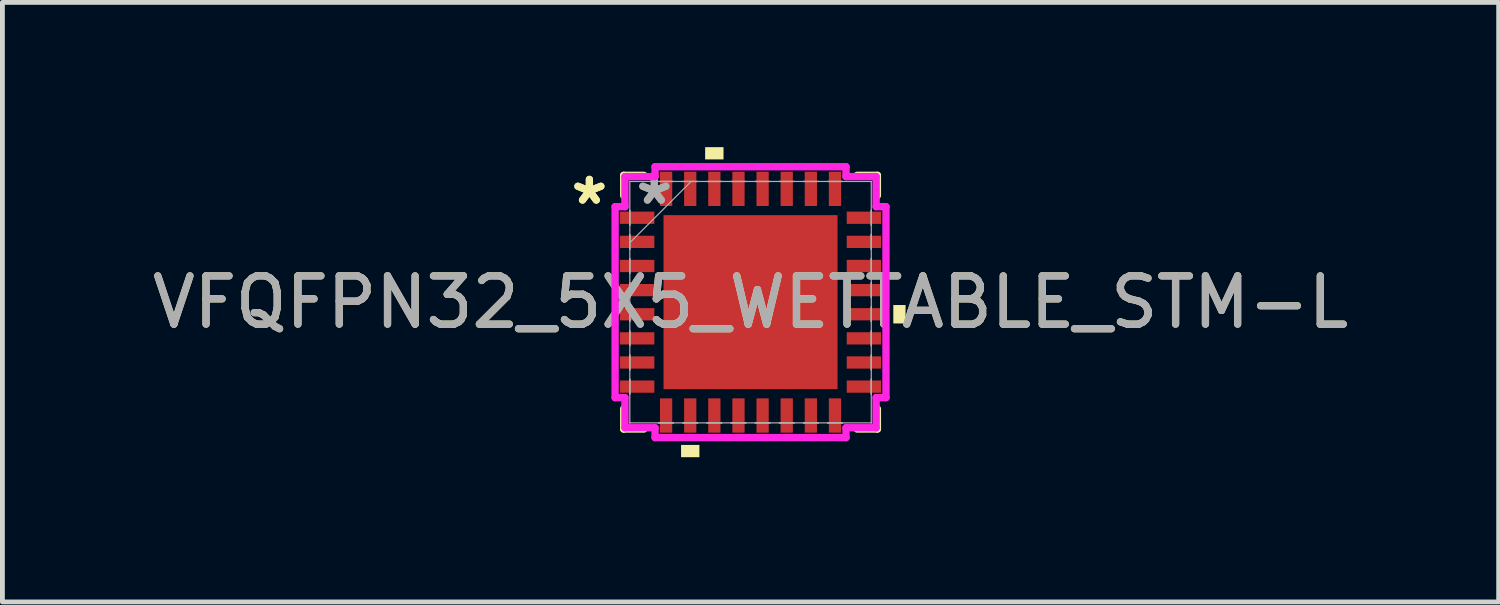
<source format=kicad_pcb>
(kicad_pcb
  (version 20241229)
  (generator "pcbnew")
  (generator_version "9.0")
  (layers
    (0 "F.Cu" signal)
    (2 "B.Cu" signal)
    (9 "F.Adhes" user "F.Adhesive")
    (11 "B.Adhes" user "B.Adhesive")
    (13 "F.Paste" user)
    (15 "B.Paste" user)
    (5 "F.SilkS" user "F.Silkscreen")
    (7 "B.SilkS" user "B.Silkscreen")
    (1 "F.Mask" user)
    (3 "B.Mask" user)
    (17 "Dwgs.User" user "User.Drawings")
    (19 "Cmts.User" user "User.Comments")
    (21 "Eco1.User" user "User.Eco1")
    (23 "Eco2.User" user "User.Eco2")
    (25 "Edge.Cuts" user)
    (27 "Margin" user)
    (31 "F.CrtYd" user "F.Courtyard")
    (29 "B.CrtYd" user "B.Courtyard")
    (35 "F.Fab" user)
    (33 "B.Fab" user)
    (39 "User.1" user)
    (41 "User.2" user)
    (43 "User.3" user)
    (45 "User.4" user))
  (footprint "VFQFPN32_5X5_WETTABLE_STM-L"
    (layer "F.Cu")
    (at 12.506 3.213)
    (property "Reference" "VFQFPN32_5X5_WETTABLE_STM-L" (at 0 0 0) (unlocked yes) (layer "F.SilkS") (effects (font (size 1 1) (thickness 0.15))))
    (attr smd)
    (fp_line (start -2.629 -2.629) (end -2.629 -2.21) (stroke (width 0.152) (type solid)) (layer "F.SilkS"))
    (fp_line (start -2.629 2.21) (end -2.629 2.629) (stroke (width 0.152) (type solid)) (layer "F.SilkS"))
    (fp_line (start -2.629 2.629) (end -2.21 2.629) (stroke (width 0.152) (type solid)) (layer "F.SilkS"))
    (fp_line (start -2.21 -2.629) (end -2.629 -2.629) (stroke (width 0.152) (type solid)) (layer "F.SilkS"))
    (fp_line (start 2.21 2.629) (end 2.629 2.629) (stroke (width 0.152) (type solid)) (layer "F.SilkS"))
    (fp_line (start 2.629 -2.629) (end 2.21 -2.629) (stroke (width 0.152) (type solid)) (layer "F.SilkS"))
    (fp_line (start 2.629 -2.21) (end 2.629 -2.629) (stroke (width 0.152) (type solid)) (layer "F.SilkS"))
    (fp_line (start 2.629 2.629) (end 2.629 2.21) (stroke (width 0.152) (type solid)) (layer "F.SilkS"))
    (fp_poly (pts (xy -1.44 2.959) (xy -1.44 3.213) (xy -1.06 3.213) (xy -1.06 2.959)) (stroke (width 0) (type solid)) (fill yes) (layer "F.SilkS"))
    (fp_poly (pts (xy -0.941 -2.959) (xy -0.941 -3.213) (xy -0.56 -3.213) (xy -0.56 -2.959)) (stroke (width 0) (type solid)) (fill yes) (layer "F.SilkS"))
    (fp_poly (pts (xy 3.213 0.059) (xy 3.213 0.441) (xy 2.959 0.441) (xy 2.959 0.059)) (stroke (width 0) (type solid)) (fill yes) (layer "F.SilkS"))
    (fp_poly (pts (xy -1.703 -1.703) (xy -1.703 -0.1) (xy -0.1 -0.1) (xy -0.1 -1.703)) (stroke (width 0) (type solid)) (fill yes) (layer "F.Paste"))
    (fp_poly (pts (xy -1.703 0.1) (xy -1.703 1.703) (xy -0.1 1.703) (xy -0.1 0.1)) (stroke (width 0) (type solid)) (fill yes) (layer "F.Paste"))
    (fp_poly (pts (xy 0.1 -1.703) (xy 0.1 -0.1) (xy 1.703 -0.1) (xy 1.703 -1.703)) (stroke (width 0) (type solid)) (fill yes) (layer "F.Paste"))
    (fp_poly (pts (xy 0.1 0.1) (xy 0.1 1.703) (xy 1.703 1.703) (xy 1.703 0.1)) (stroke (width 0) (type solid)) (fill yes) (layer "F.Paste"))
    (fp_line (start -2.807 -1.979) (end -2.603 -1.979) (stroke (width 0.152) (type solid)) (layer "F.CrtYd"))
    (fp_line (start -2.807 1.979) (end -2.807 -1.979) (stroke (width 0.152) (type solid)) (layer "F.CrtYd"))
    (fp_line (start -2.603 -2.603) (end -1.979 -2.603) (stroke (width 0.152) (type solid)) (layer "F.CrtYd"))
    (fp_line (start -2.603 -1.979) (end -2.603 -2.603) (stroke (width 0.152) (type solid)) (layer "F.CrtYd"))
    (fp_line (start -2.603 1.979) (end -2.807 1.979) (stroke (width 0.152) (type solid)) (layer "F.CrtYd"))
    (fp_line (start -2.603 2.603) (end -2.603 1.979) (stroke (width 0.152) (type solid)) (layer "F.CrtYd"))
    (fp_line (start -1.979 -2.807) (end 1.979 -2.807) (stroke (width 0.152) (type solid)) (layer "F.CrtYd"))
    (fp_line (start -1.979 -2.603) (end -1.979 -2.807) (stroke (width 0.152) (type solid)) (layer "F.CrtYd"))
    (fp_line (start -1.979 2.603) (end -2.603 2.603) (stroke (width 0.152) (type solid)) (layer "F.CrtYd"))
    (fp_line (start -1.979 2.807) (end -1.979 2.603) (stroke (width 0.152) (type solid)) (layer "F.CrtYd"))
    (fp_line (start 1.979 -2.807) (end 1.979 -2.603) (stroke (width 0.152) (type solid)) (layer "F.CrtYd"))
    (fp_line (start 1.979 -2.603) (end 2.603 -2.603) (stroke (width 0.152) (type solid)) (layer "F.CrtYd"))
    (fp_line (start 1.979 2.603) (end 1.979 2.807) (stroke (width 0.152) (type solid)) (layer "F.CrtYd"))
    (fp_line (start 1.979 2.807) (end -1.979 2.807) (stroke (width 0.152) (type solid)) (layer "F.CrtYd"))
    (fp_line (start 2.603 -2.603) (end 2.603 -1.979) (stroke (width 0.152) (type solid)) (layer "F.CrtYd"))
    (fp_line (start 2.603 -1.979) (end 2.807 -1.979) (stroke (width 0.152) (type solid)) (layer "F.CrtYd"))
    (fp_line (start 2.603 1.979) (end 2.603 2.603) (stroke (width 0.152) (type solid)) (layer "F.CrtYd"))
    (fp_line (start 2.603 2.603) (end 1.979 2.603) (stroke (width 0.152) (type solid)) (layer "F.CrtYd"))
    (fp_line (start 2.807 -1.979) (end 2.807 1.979) (stroke (width 0.152) (type solid)) (layer "F.CrtYd"))
    (fp_line (start 2.807 1.979) (end 2.603 1.979) (stroke (width 0.152) (type solid)) (layer "F.CrtYd"))
    (fp_line (start -2.502 -2.502) (end -2.502 -2.502) (stroke (width 0.025) (type solid)) (layer "F.Fab"))
    (fp_line (start -2.502 -2.502) (end -2.502 2.502) (stroke (width 0.025) (type solid)) (layer "F.Fab"))
    (fp_line (start -2.502 -1.902) (end -2.502 -1.902) (stroke (width 0.025) (type solid)) (layer "F.Fab"))
    (fp_line (start -2.502 -1.902) (end -2.502 -1.598) (stroke (width 0.025) (type solid)) (layer "F.Fab"))
    (fp_line (start -2.502 -1.598) (end -2.502 -1.902) (stroke (width 0.025) (type solid)) (layer "F.Fab"))
    (fp_line (start -2.502 -1.598) (end -2.502 -1.598) (stroke (width 0.025) (type solid)) (layer "F.Fab"))
    (fp_line (start -2.502 -1.402) (end -2.502 -1.402) (stroke (width 0.025) (type solid)) (layer "F.Fab"))
    (fp_line (start -2.502 -1.402) (end -2.502 -1.098) (stroke (width 0.025) (type solid)) (layer "F.Fab"))
    (fp_line (start -2.502 -1.232) (end -1.232 -2.502) (stroke (width 0.025) (type solid)) (layer "F.Fab"))
    (fp_line (start -2.502 -1.098) (end -2.502 -1.402) (stroke (width 0.025) (type solid)) (layer "F.Fab"))
    (fp_line (start -2.502 -1.098) (end -2.502 -1.098) (stroke (width 0.025) (type solid)) (layer "F.Fab"))
    (fp_line (start -2.502 -0.902) (end -2.502 -0.902) (stroke (width 0.025) (type solid)) (layer "F.Fab"))
    (fp_line (start -2.502 -0.902) (end -2.502 -0.598) (stroke (width 0.025) (type solid)) (layer "F.Fab"))
    (fp_line (start -2.502 -0.598) (end -2.502 -0.902) (stroke (width 0.025) (type solid)) (layer "F.Fab"))
    (fp_line (start -2.502 -0.598) (end -2.502 -0.598) (stroke (width 0.025) (type solid)) (layer "F.Fab"))
    (fp_line (start -2.502 -0.402) (end -2.502 -0.402) (stroke (width 0.025) (type solid)) (layer "F.Fab"))
    (fp_line (start -2.502 -0.402) (end -2.502 -0.098) (stroke (width 0.025) (type solid)) (layer "F.Fab"))
    (fp_line (start -2.502 -0.098) (end -2.502 -0.402) (stroke (width 0.025) (type solid)) (layer "F.Fab"))
    (fp_line (start -2.502 -0.098) (end -2.502 -0.098) (stroke (width 0.025) (type solid)) (layer "F.Fab"))
    (fp_line (start -2.502 0.098) (end -2.502 0.098) (stroke (width 0.025) (type solid)) (layer "F.Fab"))
    (fp_line (start -2.502 0.098) (end -2.502 0.402) (stroke (width 0.025) (type solid)) (layer "F.Fab"))
    (fp_line (start -2.502 0.402) (end -2.502 0.098) (stroke (width 0.025) (type solid)) (layer "F.Fab"))
    (fp_line (start -2.502 0.402) (end -2.502 0.402) (stroke (width 0.025) (type solid)) (layer "F.Fab"))
    (fp_line (start -2.502 0.598) (end -2.502 0.598) (stroke (width 0.025) (type solid)) (layer "F.Fab"))
    (fp_line (start -2.502 0.598) (end -2.502 0.902) (stroke (width 0.025) (type solid)) (layer "F.Fab"))
    (fp_line (start -2.502 0.902) (end -2.502 0.598) (stroke (width 0.025) (type solid)) (layer "F.Fab"))
    (fp_line (start -2.502 0.902) (end -2.502 0.902) (stroke (width 0.025) (type solid)) (layer "F.Fab"))
    (fp_line (start -2.502 1.098) (end -2.502 1.098) (stroke (width 0.025) (type solid)) (layer "F.Fab"))
    (fp_line (start -2.502 1.098) (end -2.502 1.402) (stroke (width 0.025) (type solid)) (layer "F.Fab"))
    (fp_line (start -2.502 1.402) (end -2.502 1.098) (stroke (width 0.025) (type solid)) (layer "F.Fab"))
    (fp_line (start -2.502 1.402) (end -2.502 1.402) (stroke (width 0.025) (type solid)) (layer "F.Fab"))
    (fp_line (start -2.502 1.598) (end -2.502 1.598) (stroke (width 0.025) (type solid)) (layer "F.Fab"))
    (fp_line (start -2.502 1.598) (end -2.502 1.902) (stroke (width 0.025) (type solid)) (layer "F.Fab"))
    (fp_line (start -2.502 1.902) (end -2.502 1.598) (stroke (width 0.025) (type solid)) (layer "F.Fab"))
    (fp_line (start -2.502 1.902) (end -2.502 1.902) (stroke (width 0.025) (type solid)) (layer "F.Fab"))
    (fp_line (start -2.502 2.502) (end -2.502 2.502) (stroke (width 0.025) (type solid)) (layer "F.Fab"))
    (fp_line (start -2.502 2.502) (end 2.502 2.502) (stroke (width 0.025) (type solid)) (layer "F.Fab"))
    (fp_line (start -1.902 -2.502) (end -1.902 -2.502) (stroke (width 0.025) (type solid)) (layer "F.Fab"))
    (fp_line (start -1.902 -2.502) (end -1.598 -2.502) (stroke (width 0.025) (type solid)) (layer "F.Fab"))
    (fp_line (start -1.902 2.502) (end -1.902 2.502) (stroke (width 0.025) (type solid)) (layer "F.Fab"))
    (fp_line (start -1.902 2.502) (end -1.598 2.502) (stroke (width 0.025) (type solid)) (layer "F.Fab"))
    (fp_line (start -1.598 -2.502) (end -1.902 -2.502) (stroke (width 0.025) (type solid)) (layer "F.Fab"))
    (fp_line (start -1.598 -2.502) (end -1.598 -2.502) (stroke (width 0.025) (type solid)) (layer "F.Fab"))
    (fp_line (start -1.598 2.502) (end -1.902 2.502) (stroke (width 0.025) (type solid)) (layer "F.Fab"))
    (fp_line (start -1.598 2.502) (end -1.598 2.502) (stroke (width 0.025) (type solid)) (layer "F.Fab"))
    (fp_line (start -1.402 -2.502) (end -1.402 -2.502) (stroke (width 0.025) (type solid)) (layer "F.Fab"))
    (fp_line (start -1.402 -2.502) (end -1.098 -2.502) (stroke (width 0.025) (type solid)) (layer "F.Fab"))
    (fp_line (start -1.402 2.502) (end -1.402 2.502) (stroke (width 0.025) (type solid)) (layer "F.Fab"))
    (fp_line (start -1.402 2.502) (end -1.098 2.502) (stroke (width 0.025) (type solid)) (layer "F.Fab"))
    (fp_line (start -1.098 -2.502) (end -1.402 -2.502) (stroke (width 0.025) (type solid)) (layer "F.Fab"))
    (fp_line (start -1.098 -2.502) (end -1.098 -2.502) (stroke (width 0.025) (type solid)) (layer "F.Fab"))
    (fp_line (start -1.098 2.502) (end -1.402 2.502) (stroke (width 0.025) (type solid)) (layer "F.Fab"))
    (fp_line (start -1.098 2.502) (end -1.098 2.502) (stroke (width 0.025) (type solid)) (layer "F.Fab"))
    (fp_line (start -0.902 -2.502) (end -0.902 -2.502) (stroke (width 0.025) (type solid)) (layer "F.Fab"))
    (fp_line (start -0.902 -2.502) (end -0.598 -2.502) (stroke (width 0.025) (type solid)) (layer "F.Fab"))
    (fp_line (start -0.902 2.502) (end -0.902 2.502) (stroke (width 0.025) (type solid)) (layer "F.Fab"))
    (fp_line (start -0.902 2.502) (end -0.598 2.502) (stroke (width 0.025) (type solid)) (layer "F.Fab"))
    (fp_line (start -0.598 -2.502) (end -0.902 -2.502) (stroke (width 0.025) (type solid)) (layer "F.Fab"))
    (fp_line (start -0.598 -2.502) (end -0.598 -2.502) (stroke (width 0.025) (type solid)) (layer "F.Fab"))
    (fp_line (start -0.598 2.502) (end -0.902 2.502) (stroke (width 0.025) (type solid)) (layer "F.Fab"))
    (fp_line (start -0.598 2.502) (end -0.598 2.502) (stroke (width 0.025) (type solid)) (layer "F.Fab"))
    (fp_line (start -0.402 -2.502) (end -0.402 -2.502) (stroke (width 0.025) (type solid)) (layer "F.Fab"))
    (fp_line (start -0.402 -2.502) (end -0.098 -2.502) (stroke (width 0.025) (type solid)) (layer "F.Fab"))
    (fp_line (start -0.402 2.502) (end -0.402 2.502) (stroke (width 0.025) (type solid)) (layer "F.Fab"))
    (fp_line (start -0.402 2.502) (end -0.098 2.502) (stroke (width 0.025) (type solid)) (layer "F.Fab"))
    (fp_line (start -0.098 -2.502) (end -0.402 -2.502) (stroke (width 0.025) (type solid)) (layer "F.Fab"))
    (fp_line (start -0.098 -2.502) (end -0.098 -2.502) (stroke (width 0.025) (type solid)) (layer "F.Fab"))
    (fp_line (start -0.098 2.502) (end -0.402 2.502) (stroke (width 0.025) (type solid)) (layer "F.Fab"))
    (fp_line (start -0.098 2.502) (end -0.098 2.502) (stroke (width 0.025) (type solid)) (layer "F.Fab"))
    (fp_line (start 0.098 -2.502) (end 0.098 -2.502) (stroke (width 0.025) (type solid)) (layer "F.Fab"))
    (fp_line (start 0.098 -2.502) (end 0.402 -2.502) (stroke (width 0.025) (type solid)) (layer "F.Fab"))
    (fp_line (start 0.098 2.502) (end 0.098 2.502) (stroke (width 0.025) (type solid)) (layer "F.Fab"))
    (fp_line (start 0.098 2.502) (end 0.402 2.502) (stroke (width 0.025) (type solid)) (layer "F.Fab"))
    (fp_line (start 0.402 -2.502) (end 0.098 -2.502) (stroke (width 0.025) (type solid)) (layer "F.Fab"))
    (fp_line (start 0.402 -2.502) (end 0.402 -2.502) (stroke (width 0.025) (type solid)) (layer "F.Fab"))
    (fp_line (start 0.402 2.502) (end 0.098 2.502) (stroke (width 0.025) (type solid)) (layer "F.Fab"))
    (fp_line (start 0.402 2.502) (end 0.402 2.502) (stroke (width 0.025) (type solid)) (layer "F.Fab"))
    (fp_line (start 0.598 -2.502) (end 0.598 -2.502) (stroke (width 0.025) (type solid)) (layer "F.Fab"))
    (fp_line (start 0.598 -2.502) (end 0.902 -2.502) (stroke (width 0.025) (type solid)) (layer "F.Fab"))
    (fp_line (start 0.598 2.502) (end 0.598 2.502) (stroke (width 0.025) (type solid)) (layer "F.Fab"))
    (fp_line (start 0.598 2.502) (end 0.902 2.502) (stroke (width 0.025) (type solid)) (layer "F.Fab"))
    (fp_line (start 0.902 -2.502) (end 0.598 -2.502) (stroke (width 0.025) (type solid)) (layer "F.Fab"))
    (fp_line (start 0.902 -2.502) (end 0.902 -2.502) (stroke (width 0.025) (type solid)) (layer "F.Fab"))
    (fp_line (start 0.902 2.502) (end 0.598 2.502) (stroke (width 0.025) (type solid)) (layer "F.Fab"))
    (fp_line (start 0.902 2.502) (end 0.902 2.502) (stroke (width 0.025) (type solid)) (layer "F.Fab"))
    (fp_line (start 1.098 -2.502) (end 1.098 -2.502) (stroke (width 0.025) (type solid)) (layer "F.Fab"))
    (fp_line (start 1.098 -2.502) (end 1.402 -2.502) (stroke (width 0.025) (type solid)) (layer "F.Fab"))
    (fp_line (start 1.098 2.502) (end 1.098 2.502) (stroke (width 0.025) (type solid)) (layer "F.Fab"))
    (fp_line (start 1.098 2.502) (end 1.402 2.502) (stroke (width 0.025) (type solid)) (layer "F.Fab"))
    (fp_line (start 1.402 -2.502) (end 1.098 -2.502) (stroke (width 0.025) (type solid)) (layer "F.Fab"))
    (fp_line (start 1.402 -2.502) (end 1.402 -2.502) (stroke (width 0.025) (type solid)) (layer "F.Fab"))
    (fp_line (start 1.402 2.502) (end 1.098 2.502) (stroke (width 0.025) (type solid)) (layer "F.Fab"))
    (fp_line (start 1.402 2.502) (end 1.402 2.502) (stroke (width 0.025) (type solid)) (layer "F.Fab"))
    (fp_line (start 1.598 -2.502) (end 1.598 -2.502) (stroke (width 0.025) (type solid)) (layer "F.Fab"))
    (fp_line (start 1.598 -2.502) (end 1.902 -2.502) (stroke (width 0.025) (type solid)) (layer "F.Fab"))
    (fp_line (start 1.598 2.502) (end 1.598 2.502) (stroke (width 0.025) (type solid)) (layer "F.Fab"))
    (fp_line (start 1.598 2.502) (end 1.902 2.502) (stroke (width 0.025) (type solid)) (layer "F.Fab"))
    (fp_line (start 1.902 -2.502) (end 1.598 -2.502) (stroke (width 0.025) (type solid)) (layer "F.Fab"))
    (fp_line (start 1.902 -2.502) (end 1.902 -2.502) (stroke (width 0.025) (type solid)) (layer "F.Fab"))
    (fp_line (start 1.902 2.502) (end 1.598 2.502) (stroke (width 0.025) (type solid)) (layer "F.Fab"))
    (fp_line (start 1.902 2.502) (end 1.902 2.502) (stroke (width 0.025) (type solid)) (layer "F.Fab"))
    (fp_line (start 2.502 -2.502) (end -2.502 -2.502) (stroke (width 0.025) (type solid)) (layer "F.Fab"))
    (fp_line (start 2.502 -2.502) (end 2.502 -2.502) (stroke (width 0.025) (type solid)) (layer "F.Fab"))
    (fp_line (start 2.502 -1.902) (end 2.502 -1.902) (stroke (width 0.025) (type solid)) (layer "F.Fab"))
    (fp_line (start 2.502 -1.902) (end 2.502 -1.598) (stroke (width 0.025) (type solid)) (layer "F.Fab"))
    (fp_line (start 2.502 -1.598) (end 2.502 -1.902) (stroke (width 0.025) (type solid)) (layer "F.Fab"))
    (fp_line (start 2.502 -1.598) (end 2.502 -1.598) (stroke (width 0.025) (type solid)) (layer "F.Fab"))
    (fp_line (start 2.502 -1.402) (end 2.502 -1.402) (stroke (width 0.025) (type solid)) (layer "F.Fab"))
    (fp_line (start 2.502 -1.402) (end 2.502 -1.098) (stroke (width 0.025) (type solid)) (layer "F.Fab"))
    (fp_line (start 2.502 -1.098) (end 2.502 -1.402) (stroke (width 0.025) (type solid)) (layer "F.Fab"))
    (fp_line (start 2.502 -1.098) (end 2.502 -1.098) (stroke (width 0.025) (type solid)) (layer "F.Fab"))
    (fp_line (start 2.502 -0.902) (end 2.502 -0.902) (stroke (width 0.025) (type solid)) (layer "F.Fab"))
    (fp_line (start 2.502 -0.902) (end 2.502 -0.598) (stroke (width 0.025) (type solid)) (layer "F.Fab"))
    (fp_line (start 2.502 -0.598) (end 2.502 -0.902) (stroke (width 0.025) (type solid)) (layer "F.Fab"))
    (fp_line (start 2.502 -0.598) (end 2.502 -0.598) (stroke (width 0.025) (type solid)) (layer "F.Fab"))
    (fp_line (start 2.502 -0.402) (end 2.502 -0.402) (stroke (width 0.025) (type solid)) (layer "F.Fab"))
    (fp_line (start 2.502 -0.402) (end 2.502 -0.098) (stroke (width 0.025) (type solid)) (layer "F.Fab"))
    (fp_line (start 2.502 -0.098) (end 2.502 -0.402) (stroke (width 0.025) (type solid)) (layer "F.Fab"))
    (fp_line (start 2.502 -0.098) (end 2.502 -0.098) (stroke (width 0.025) (type solid)) (layer "F.Fab"))
    (fp_line (start 2.502 0.098) (end 2.502 0.098) (stroke (width 0.025) (type solid)) (layer "F.Fab"))
    (fp_line (start 2.502 0.098) (end 2.502 0.402) (stroke (width 0.025) (type solid)) (layer "F.Fab"))
    (fp_line (start 2.502 0.402) (end 2.502 0.098) (stroke (width 0.025) (type solid)) (layer "F.Fab"))
    (fp_line (start 2.502 0.402) (end 2.502 0.402) (stroke (width 0.025) (type solid)) (layer "F.Fab"))
    (fp_line (start 2.502 0.598) (end 2.502 0.598) (stroke (width 0.025) (type solid)) (layer "F.Fab"))
    (fp_line (start 2.502 0.598) (end 2.502 0.902) (stroke (width 0.025) (type solid)) (layer "F.Fab"))
    (fp_line (start 2.502 0.902) (end 2.502 0.598) (stroke (width 0.025) (type solid)) (layer "F.Fab"))
    (fp_line (start 2.502 0.902) (end 2.502 0.902) (stroke (width 0.025) (type solid)) (layer "F.Fab"))
    (fp_line (start 2.502 1.098) (end 2.502 1.098) (stroke (width 0.025) (type solid)) (layer "F.Fab"))
    (fp_line (start 2.502 1.098) (end 2.502 1.402) (stroke (width 0.025) (type solid)) (layer "F.Fab"))
    (fp_line (start 2.502 1.402) (end 2.502 1.098) (stroke (width 0.025) (type solid)) (layer "F.Fab"))
    (fp_line (start 2.502 1.402) (end 2.502 1.402) (stroke (width 0.025) (type solid)) (layer "F.Fab"))
    (fp_line (start 2.502 1.598) (end 2.502 1.598) (stroke (width 0.025) (type solid)) (layer "F.Fab"))
    (fp_line (start 2.502 1.598) (end 2.502 1.902) (stroke (width 0.025) (type solid)) (layer "F.Fab"))
    (fp_line (start 2.502 1.902) (end 2.502 1.598) (stroke (width 0.025) (type solid)) (layer "F.Fab"))
    (fp_line (start 2.502 1.902) (end 2.502 1.902) (stroke (width 0.025) (type solid)) (layer "F.Fab"))
    (fp_line (start 2.502 2.502) (end 2.502 -2.502) (stroke (width 0.025) (type solid)) (layer "F.Fab"))
    (fp_line (start 2.502 2.502) (end 2.502 2.502) (stroke (width 0.025) (type solid)) (layer "F.Fab"))
    (fp_text user "*" (at -3.34 -2 0) (layer "F.SilkS") (effects (font (size 1 1) (thickness 0.15))))
    (fp_text user "*" (at -3.34 -2 0) (unlocked yes) (layer "F.SilkS") (effects (font (size 1 1) (thickness 0.15))))
    (fp_text user "*" (at -1.994 -2 0) (layer "F.Fab") (effects (font (size 1 1) (thickness 0.15))))
    (fp_text user "*" (at -1.994 -2 0) (unlocked yes) (layer "F.Fab") (effects (font (size 1 1) (thickness 0.15))))
    (fp_text user "${REFERENCE}" (at 0 0 0) (unlocked yes) (layer "F.Fab") (effects (font (size 1 1) (thickness 0.15))))
    (pad "1" smd rect (at -2.349 -1.75 90) (size 0.254 0.711) (layers "F.Cu" "F.Mask" "F.Paste"))
    (pad "2" smd rect (at -2.349 -1.25 90) (size 0.254 0.711) (layers "F.Cu" "F.Mask" "F.Paste"))
    (pad "3" smd rect (at -2.349 -0.75 90) (size 0.254 0.711) (layers "F.Cu" "F.Mask" "F.Paste"))
    (pad "4" smd rect (at -2.349 -0.25 90) (size 0.254 0.711) (layers "F.Cu" "F.Mask" "F.Paste"))
    (pad "5" smd rect (at -2.349 0.25 90) (size 0.254 0.711) (layers "F.Cu" "F.Mask" "F.Paste"))
    (pad "6" smd rect (at -2.349 0.75 90) (size 0.254 0.711) (layers "F.Cu" "F.Mask" "F.Paste"))
    (pad "7" smd rect (at -2.349 1.25 90) (size 0.254 0.711) (layers "F.Cu" "F.Mask" "F.Paste"))
    (pad "8" smd rect (at -2.349 1.75 90) (size 0.254 0.711) (layers "F.Cu" "F.Mask" "F.Paste"))
    (pad "9" smd rect (at -1.75 2.349) (size 0.254 0.711) (layers "F.Cu" "F.Mask" "F.Paste"))
    (pad "10" smd rect (at -1.25 2.349) (size 0.254 0.711) (layers "F.Cu" "F.Mask" "F.Paste"))
    (pad "11" smd rect (at -0.75 2.349) (size 0.254 0.711) (layers "F.Cu" "F.Mask" "F.Paste"))
    (pad "12" smd rect (at -0.25 2.349) (size 0.254 0.711) (layers "F.Cu" "F.Mask" "F.Paste"))
    (pad "13" smd rect (at 0.25 2.349) (size 0.254 0.711) (layers "F.Cu" "F.Mask" "F.Paste"))
    (pad "14" smd rect (at 0.75 2.349) (size 0.254 0.711) (layers "F.Cu" "F.Mask" "F.Paste"))
    (pad "15" smd rect (at 1.25 2.349) (size 0.254 0.711) (layers "F.Cu" "F.Mask" "F.Paste"))
    (pad "16" smd rect (at 1.75 2.349) (size 0.254 0.711) (layers "F.Cu" "F.Mask" "F.Paste"))
    (pad "17" smd rect (at 2.349 1.75 90) (size 0.254 0.711) (layers "F.Cu" "F.Mask" "F.Paste"))
    (pad "18" smd rect (at 2.349 1.25 90) (size 0.254 0.711) (layers "F.Cu" "F.Mask" "F.Paste"))
    (pad "19" smd rect (at 2.349 0.75 90) (size 0.254 0.711) (layers "F.Cu" "F.Mask" "F.Paste"))
    (pad "20" smd rect (at 2.349 0.25 90) (size 0.254 0.711) (layers "F.Cu" "F.Mask" "F.Paste"))
    (pad "21" smd rect (at 2.349 -0.25 90) (size 0.254 0.711) (layers "F.Cu" "F.Mask" "F.Paste"))
    (pad "22" smd rect (at 2.349 -0.75 90) (size 0.254 0.711) (layers "F.Cu" "F.Mask" "F.Paste"))
    (pad "23" smd rect (at 2.349 -1.25 90) (size 0.254 0.711) (layers "F.Cu" "F.Mask" "F.Paste"))
    (pad "24" smd rect (at 2.349 -1.75 90) (size 0.254 0.711) (layers "F.Cu" "F.Mask" "F.Paste"))
    (pad "25" smd rect (at 1.75 -2.349) (size 0.254 0.711) (layers "F.Cu" "F.Mask" "F.Paste"))
    (pad "26" smd rect (at 1.25 -2.349) (size 0.254 0.711) (layers "F.Cu" "F.Mask" "F.Paste"))
    (pad "27" smd rect (at 0.75 -2.349) (size 0.254 0.711) (layers "F.Cu" "F.Mask" "F.Paste"))
    (pad "28" smd rect (at 0.25 -2.349) (size 0.254 0.711) (layers "F.Cu" "F.Mask" "F.Paste"))
    (pad "29" smd rect (at -0.25 -2.349) (size 0.254 0.711) (layers "F.Cu" "F.Mask" "F.Paste"))
    (pad "30" smd rect (at -0.75 -2.349) (size 0.254 0.711) (layers "F.Cu" "F.Mask" "F.Paste"))
    (pad "31" smd rect (at -1.25 -2.349) (size 0.254 0.711) (layers "F.Cu" "F.Mask" "F.Paste"))
    (pad "32" smd rect (at -1.75 -2.349) (size 0.254 0.711) (layers "F.Cu" "F.Mask" "F.Paste"))
    (pad "33" smd rect (at 0 0) (size 3.607 3.607) (layers "F.Cu" "F.Mask" "F.Paste")))
  (gr_rect
    (start -3 -3)
    (end 28.012 9.426)
    (stroke (width 0.1) (type default))
    (fill no)
    (layer "Edge.Cuts")))
</source>
